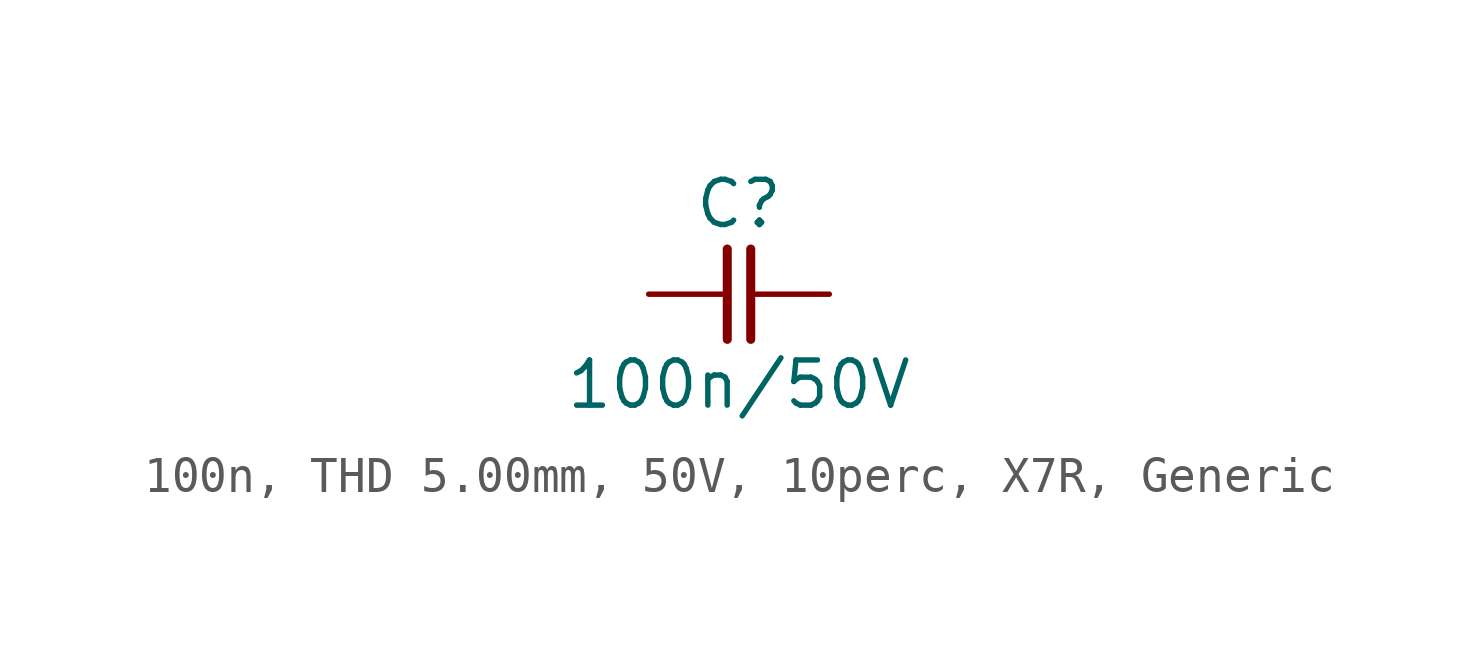
<source format=kicad_sym>
(kicad_symbol_lib
  (version 20241209)
  (generator "kicad_symbol_editor")
  (generator_version "9.0")
  (symbol "100n, THD 5.00mm, 50V, 10perc, X7R, Generic"
    (pin_numbers
      (hide yes))
    (pin_names
      (offset 0)
      (hide yes))
    (property "Reference" "C"
      (at 0 2.54 0)
      (effects (font (size 1.27 1.27))))
    (property "Value" "100n/50V"
      (at 0 -2.54 0)
      (effects (font (size 1.27 1.27))))
    (symbol "100n, THD 5.00mm, 50V, 10perc, X7R, Generic_0_1"
      (polyline (pts (xy -0.33 1.27) (xy -0.33 -1.27)) (stroke (width 0.254) (type default)) (fill (type none)))
      (polyline (pts (xy 0.33 1.27) (xy 0.33 -1.27)) (stroke (width 0.254) (type default)) (fill (type none))))
    (symbol "100n, THD 5.00mm, 50V, 10perc, X7R, Generic_1_1"
      (pin passive line (at -2.54 0 0) (length 2.21) (name "1" (effects (font (size 1.27 1.27)))) (number "1" (effects (font (size 1.27 1.27)))))
      (pin passive line (at 2.54 0 180) (length 2.21) (name "2" (effects (font (size 1.27 1.27)))) (number "2" (effects (font (size 1.27 1.27))))))))
</source>
